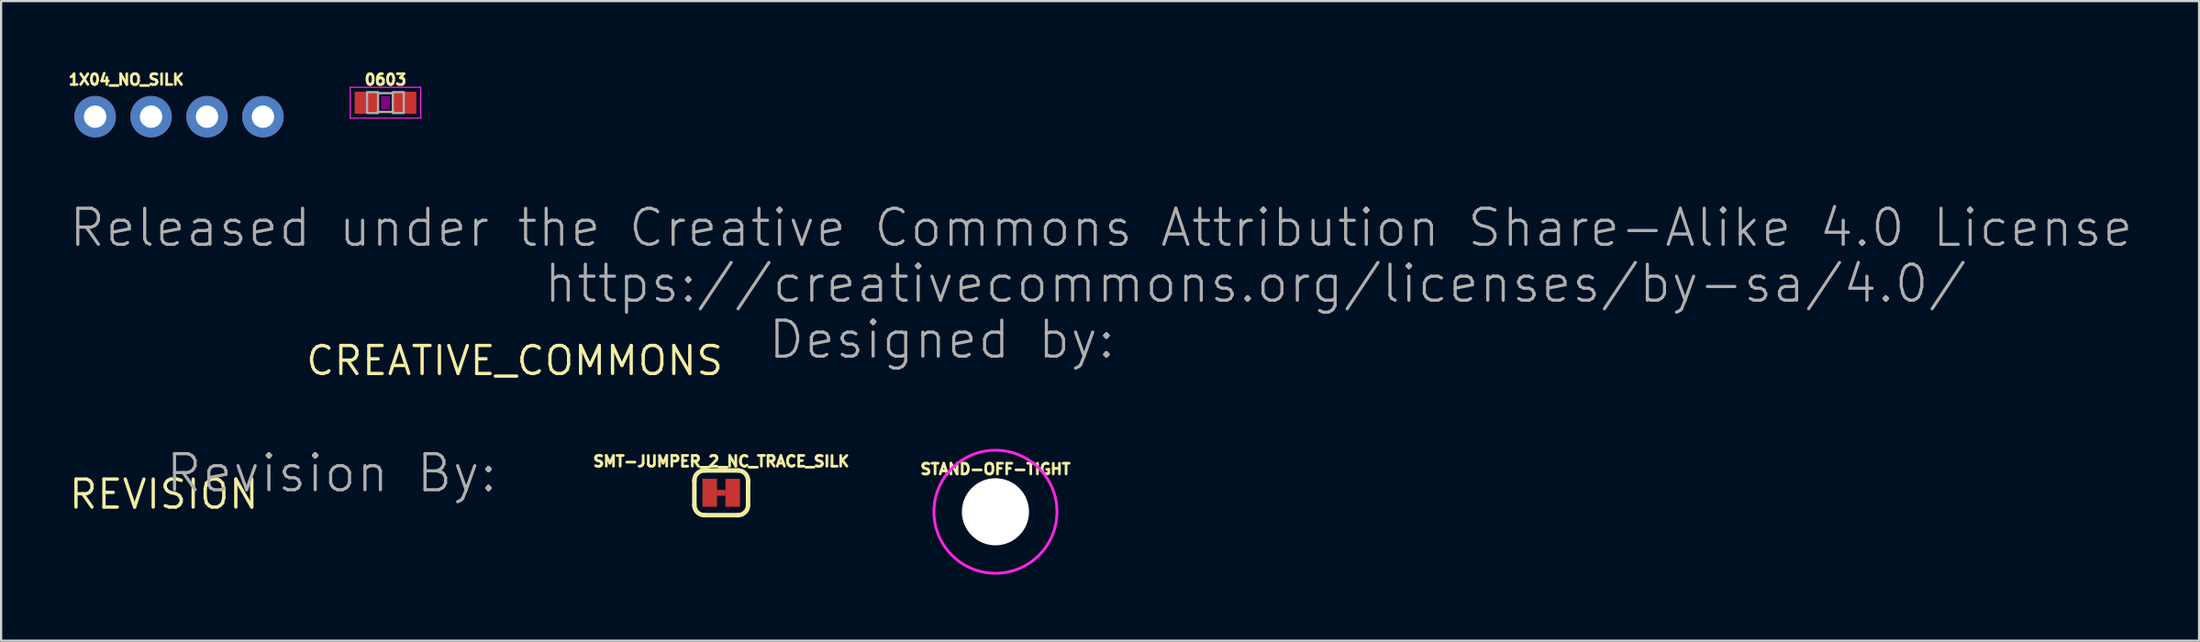
<source format=kicad_pcb>
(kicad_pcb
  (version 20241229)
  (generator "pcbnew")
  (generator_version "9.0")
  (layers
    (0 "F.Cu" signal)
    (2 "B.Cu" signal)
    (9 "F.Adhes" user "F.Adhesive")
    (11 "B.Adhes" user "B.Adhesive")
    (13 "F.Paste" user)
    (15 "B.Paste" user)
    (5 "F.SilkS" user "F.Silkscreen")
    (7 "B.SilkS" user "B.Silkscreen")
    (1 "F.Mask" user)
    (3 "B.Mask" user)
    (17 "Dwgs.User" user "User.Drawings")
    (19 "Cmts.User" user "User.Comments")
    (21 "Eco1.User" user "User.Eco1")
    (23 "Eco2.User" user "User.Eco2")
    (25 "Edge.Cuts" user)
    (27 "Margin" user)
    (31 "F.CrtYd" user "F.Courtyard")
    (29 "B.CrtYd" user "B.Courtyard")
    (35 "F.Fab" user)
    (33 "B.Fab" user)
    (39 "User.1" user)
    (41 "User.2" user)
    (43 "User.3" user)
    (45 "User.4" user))
  (footprint "REVISION"
    (layer "F.Cu")
    (at 4.392 19.401)
    (property "Reference" "REVISION" (at 0 0 0) (layer "F.SilkS") (effects (font (size 1.27 1.27) (thickness 0.15))))
    (fp_text user "Revision By: " (at 0 0 0) (layer "F.Fab") (effects (font (size 1.636 1.636) (thickness 0.142)) (justify left bottom))))
  (footprint "CREATIVE_COMMONS"
    (layer "F.Cu")
    (at 20.32 13.333)
    (property "Reference" "CREATIVE_COMMONS" (at 0 0 0) (layer "F.SilkS") (effects (font (size 1.27 1.27) (thickness 0.15))))
    (fp_text user "Released under the Creative Commons Attribution Share-Alike 4.0 License" (at -20.32 -5.08 0) (layer "F.Fab") (effects (font (size 1.636 1.636) (thickness 0.142)) (justify left bottom)))
    (fp_text user " https://creativecommons.org/licenses/by-sa/4.0/" (at 0 -2.54 0) (layer "F.Fab") (effects (font (size 1.636 1.636) (thickness 0.142)) (justify left bottom)))
    (fp_text user "Designed by:" (at 11.43 0 0) (layer "F.Fab") (effects (font (size 1.636 1.636) (thickness 0.142)) (justify left bottom))))
  (footprint "1X04_NO_SILK"
    (layer "F.Cu")
    (at 1.27 2.25)
    (property "Reference" "1X04_NO_SILK" (at -1.27 -1.397 0) (layer "F.SilkS") (effects (font (size 0.488 0.488) (thickness 0.122)) (justify left bottom)))
    (fp_poly (pts (xy -0.254 0.254) (xy 0.254 0.254) (xy 0.254 -0.254) (xy -0.254 -0.254)) (stroke (width 0.1) (type default)) (fill no) (layer "F.Fab"))
    (fp_poly (pts (xy 2.286 0.254) (xy 2.794 0.254) (xy 2.794 -0.254) (xy 2.286 -0.254)) (stroke (width 0.1) (type default)) (fill no) (layer "F.Fab"))
    (fp_poly (pts (xy 4.826 0.254) (xy 5.334 0.254) (xy 5.334 -0.254) (xy 4.826 -0.254)) (stroke (width 0.1) (type default)) (fill no) (layer "F.Fab"))
    (fp_poly (pts (xy 7.366 0.254) (xy 7.874 0.254) (xy 7.874 -0.254) (xy 7.366 -0.254)) (stroke (width 0.1) (type default)) (fill no) (layer "F.Fab"))
    (pad "1" thru_hole circle (at 0 0 90) (size 1.88 1.88) (drill 1.016) (layers "*.Cu" "*.Mask"))
    (pad "2" thru_hole circle (at 2.54 0 90) (size 1.88 1.88) (drill 1.016) (layers "*.Cu" "*.Mask"))
    (pad "3" thru_hole circle (at 5.08 0 90) (size 1.88 1.88) (drill 1.016) (layers "*.Cu" "*.Mask"))
    (pad "4" thru_hole circle (at 7.62 0 90) (size 1.88 1.88) (drill 1.016) (layers "*.Cu" "*.Mask")))
  (footprint "SMT-JUMPER_2_NC_TRACE_SILK"
    (layer "F.Cu")
    (at 29.699 19.335)
    (property "Reference" "SMT-JUMPER_2_NC_TRACE_SILK" (at 0 -1.143 0) (layer "F.SilkS") (effects (font (size 0.488 0.488) (thickness 0.122)) (justify bottom)))
    (fp_poly (pts (xy 0.191 0.133) (xy -0.705 0.133) (xy -0.705 -0.133) (xy 0.191 -0.133)) (stroke (width 0) (type default)) (fill yes) (layer "F.Cu"))
    (fp_poly (pts (xy 0.254 0.191) (xy -0.254 0.191) (xy -0.254 -0.191) (xy 0.254 -0.191)) (stroke (width 0) (type default)) (fill yes) (layer "F.Mask"))
    (fp_line (start -1.219 0.559) (end -1.219 -0.559) (stroke (width 0.203) (type solid)) (layer "F.SilkS"))
    (fp_line (start -0.762 -1.016) (end 0.762 -1.016) (stroke (width 0.203) (type solid)) (layer "F.SilkS"))
    (fp_line (start 0.762 1.016) (end -0.762 1.016) (stroke (width 0.203) (type solid)) (layer "F.SilkS"))
    (fp_line (start 1.219 0.559) (end 1.219 -0.559) (stroke (width 0.203) (type solid)) (layer "F.SilkS"))
    (fp_arc (start -1.2192 -0.5588) (mid -1.085289 -0.882089) (end -0.762 -1.016) (stroke (width 0.2032) (type solid)) (layer "F.SilkS"))
    (fp_arc (start -0.762 1.016) (mid -1.085289 0.882089) (end -1.2192 0.5588) (stroke (width 0.2032) (type solid)) (layer "F.SilkS"))
    (fp_arc (start 0.762 -1.016) (mid 1.085289 -0.882089) (end 1.2192 -0.5588) (stroke (width 0.2032) (type solid)) (layer "F.SilkS"))
    (fp_arc (start 1.2192 0.5588) (mid 1.085289 0.882089) (end 0.762 1.016) (stroke (width 0.2032) (type solid)) (layer "F.SilkS"))
    (pad "1" smd rect (at -0.521 0) (size 0.66 1.27) (layers "F.Cu" "F.Mask"))
    (pad "2" smd rect (at 0.521 0) (size 0.66 1.27) (layers "F.Cu" "F.Mask")))
  (footprint "STAND-OFF-TIGHT"
    (layer "F.Cu")
    (at 42.152 20.196)
    (property "Reference" "STAND-OFF-TIGHT" (at 0 -1.651 0) (layer "F.SilkS") (effects (font (size 0.488 0.488) (thickness 0.122)) (justify bottom)))
    (fp_circle (center 0 0) (end 2.794 0) (stroke (width 0.127) (type solid)) (fill no) (layer "F.CrtYd"))
    (pad "" np_thru_hole circle (at 0 0) (size 3.048 3.048) (drill 3.048) (layers "*.Cu" "*.Mask")))
  (footprint "0603"
    (layer "F.Cu")
    (at 14.455 1.615)
    (property "Reference" "0603" (at 0 -0.762 0) (layer "F.SilkS") (effects (font (size 0.488 0.488) (thickness 0.122)) (justify bottom)))
    (fp_poly (pts (xy -0.2 0.3) (xy 0.2 0.3) (xy 0.2 -0.3) (xy -0.2 -0.3)) (stroke (width 0) (type default)) (fill yes) (layer "F.Adhes"))
    (fp_line (start -1.6 -0.7) (end 1.6 -0.7) (stroke (width 0.051) (type solid)) (layer "F.CrtYd"))
    (fp_line (start -1.6 0.7) (end -1.6 -0.7) (stroke (width 0.051) (type solid)) (layer "F.CrtYd"))
    (fp_line (start 1.6 -0.7) (end 1.6 0.7) (stroke (width 0.051) (type solid)) (layer "F.CrtYd"))
    (fp_line (start 1.6 0.7) (end -1.6 0.7) (stroke (width 0.051) (type solid)) (layer "F.CrtYd"))
    (fp_line (start -0.356 -0.432) (end 0.356 -0.432) (stroke (width 0.102) (type solid)) (layer "F.Fab"))
    (fp_line (start -0.356 0.419) (end 0.356 0.419) (stroke (width 0.102) (type solid)) (layer "F.Fab"))
    (fp_poly (pts (xy -0.838 0.47) (xy -0.338 0.47) (xy -0.338 -0.48) (xy -0.838 -0.48)) (stroke (width 0.1) (type default)) (fill no) (layer "F.Fab"))
    (fp_poly (pts (xy 0.33 0.47) (xy 0.83 0.47) (xy 0.83 -0.48) (xy 0.33 -0.48)) (stroke (width 0.1) (type default)) (fill no) (layer "F.Fab"))
    (pad "1" smd rect (at -0.85 0) (size 1.1 1) (layers "F.Cu" "F.Mask" "F.Paste"))
    (pad "2" smd rect (at 0.85 0) (size 1.1 1) (layers "F.Cu" "F.Mask" "F.Paste")))
  (gr_rect
    (start -3 -3)
    (end 96.805 26.054)
    (stroke (width 0.1) (type default))
    (fill no)
    (layer "Edge.Cuts")))
</source>
